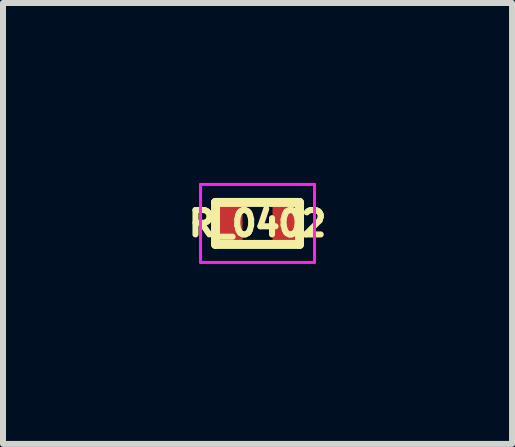
<source format=kicad_pcb>
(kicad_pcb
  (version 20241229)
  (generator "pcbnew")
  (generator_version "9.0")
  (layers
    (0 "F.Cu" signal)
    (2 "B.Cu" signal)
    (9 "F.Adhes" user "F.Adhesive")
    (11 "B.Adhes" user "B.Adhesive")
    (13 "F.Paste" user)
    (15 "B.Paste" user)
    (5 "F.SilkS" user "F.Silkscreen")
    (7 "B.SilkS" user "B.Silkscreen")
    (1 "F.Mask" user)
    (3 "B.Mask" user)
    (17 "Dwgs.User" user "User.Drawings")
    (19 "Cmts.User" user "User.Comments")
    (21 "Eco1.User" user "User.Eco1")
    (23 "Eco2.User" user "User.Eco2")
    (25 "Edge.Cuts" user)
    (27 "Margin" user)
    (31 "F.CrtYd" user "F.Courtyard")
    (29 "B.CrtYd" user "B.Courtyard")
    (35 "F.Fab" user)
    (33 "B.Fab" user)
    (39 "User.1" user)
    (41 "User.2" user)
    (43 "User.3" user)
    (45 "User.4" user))
  (footprint "R_0402"
    (layer "F.Cu")
    (at 1.243 0.675)
    (property "Reference" "R_0402" (at 0 0 0) (layer "F.SilkS") (effects (font (size 0.406 0.406) (thickness 0.101))))
    (attr smd)
    (fp_line (start -0.7 -0.35) (end -0.7 -0.35) (stroke (width 0.15) (type solid)) (layer "F.SilkS"))
    (fp_line (start -0.7 -0.35) (end 0.7 -0.35) (stroke (width 0.15) (type solid)) (layer "F.SilkS"))
    (fp_line (start -0.7 0.35) (end -0.7 -0.35) (stroke (width 0.15) (type solid)) (layer "F.SilkS"))
    (fp_line (start 0.7 -0.35) (end 0.7 0.35) (stroke (width 0.15) (type solid)) (layer "F.SilkS"))
    (fp_line (start 0.7 0.35) (end -0.7 0.35) (stroke (width 0.15) (type solid)) (layer "F.SilkS"))
    (fp_line (start -0.95 -0.65) (end -0.95 0.65) (stroke (width 0.05) (type solid)) (layer "F.CrtYd"))
    (fp_line (start -0.95 -0.65) (end 0.95 -0.65) (stroke (width 0.05) (type solid)) (layer "F.CrtYd"))
    (fp_line (start -0.95 0.65) (end 0.95 0.65) (stroke (width 0.05) (type solid)) (layer "F.CrtYd"))
    (fp_line (start 0.95 -0.65) (end 0.95 0.65) (stroke (width 0.05) (type solid)) (layer "F.CrtYd"))
    (pad "1" smd rect (at -0.45 0) (size 0.4 0.6) (layers "F.Cu" "F.Mask" "F.Paste"))
    (pad "2" smd rect (at 0.45 0) (size 0.4 0.6) (layers "F.Cu" "F.Mask" "F.Paste")))
  (gr_rect
    (start -3 -3)
    (end 5.486 4.35)
    (stroke (width 0.1) (type default))
    (fill no)
    (layer "Edge.Cuts")))
</source>
